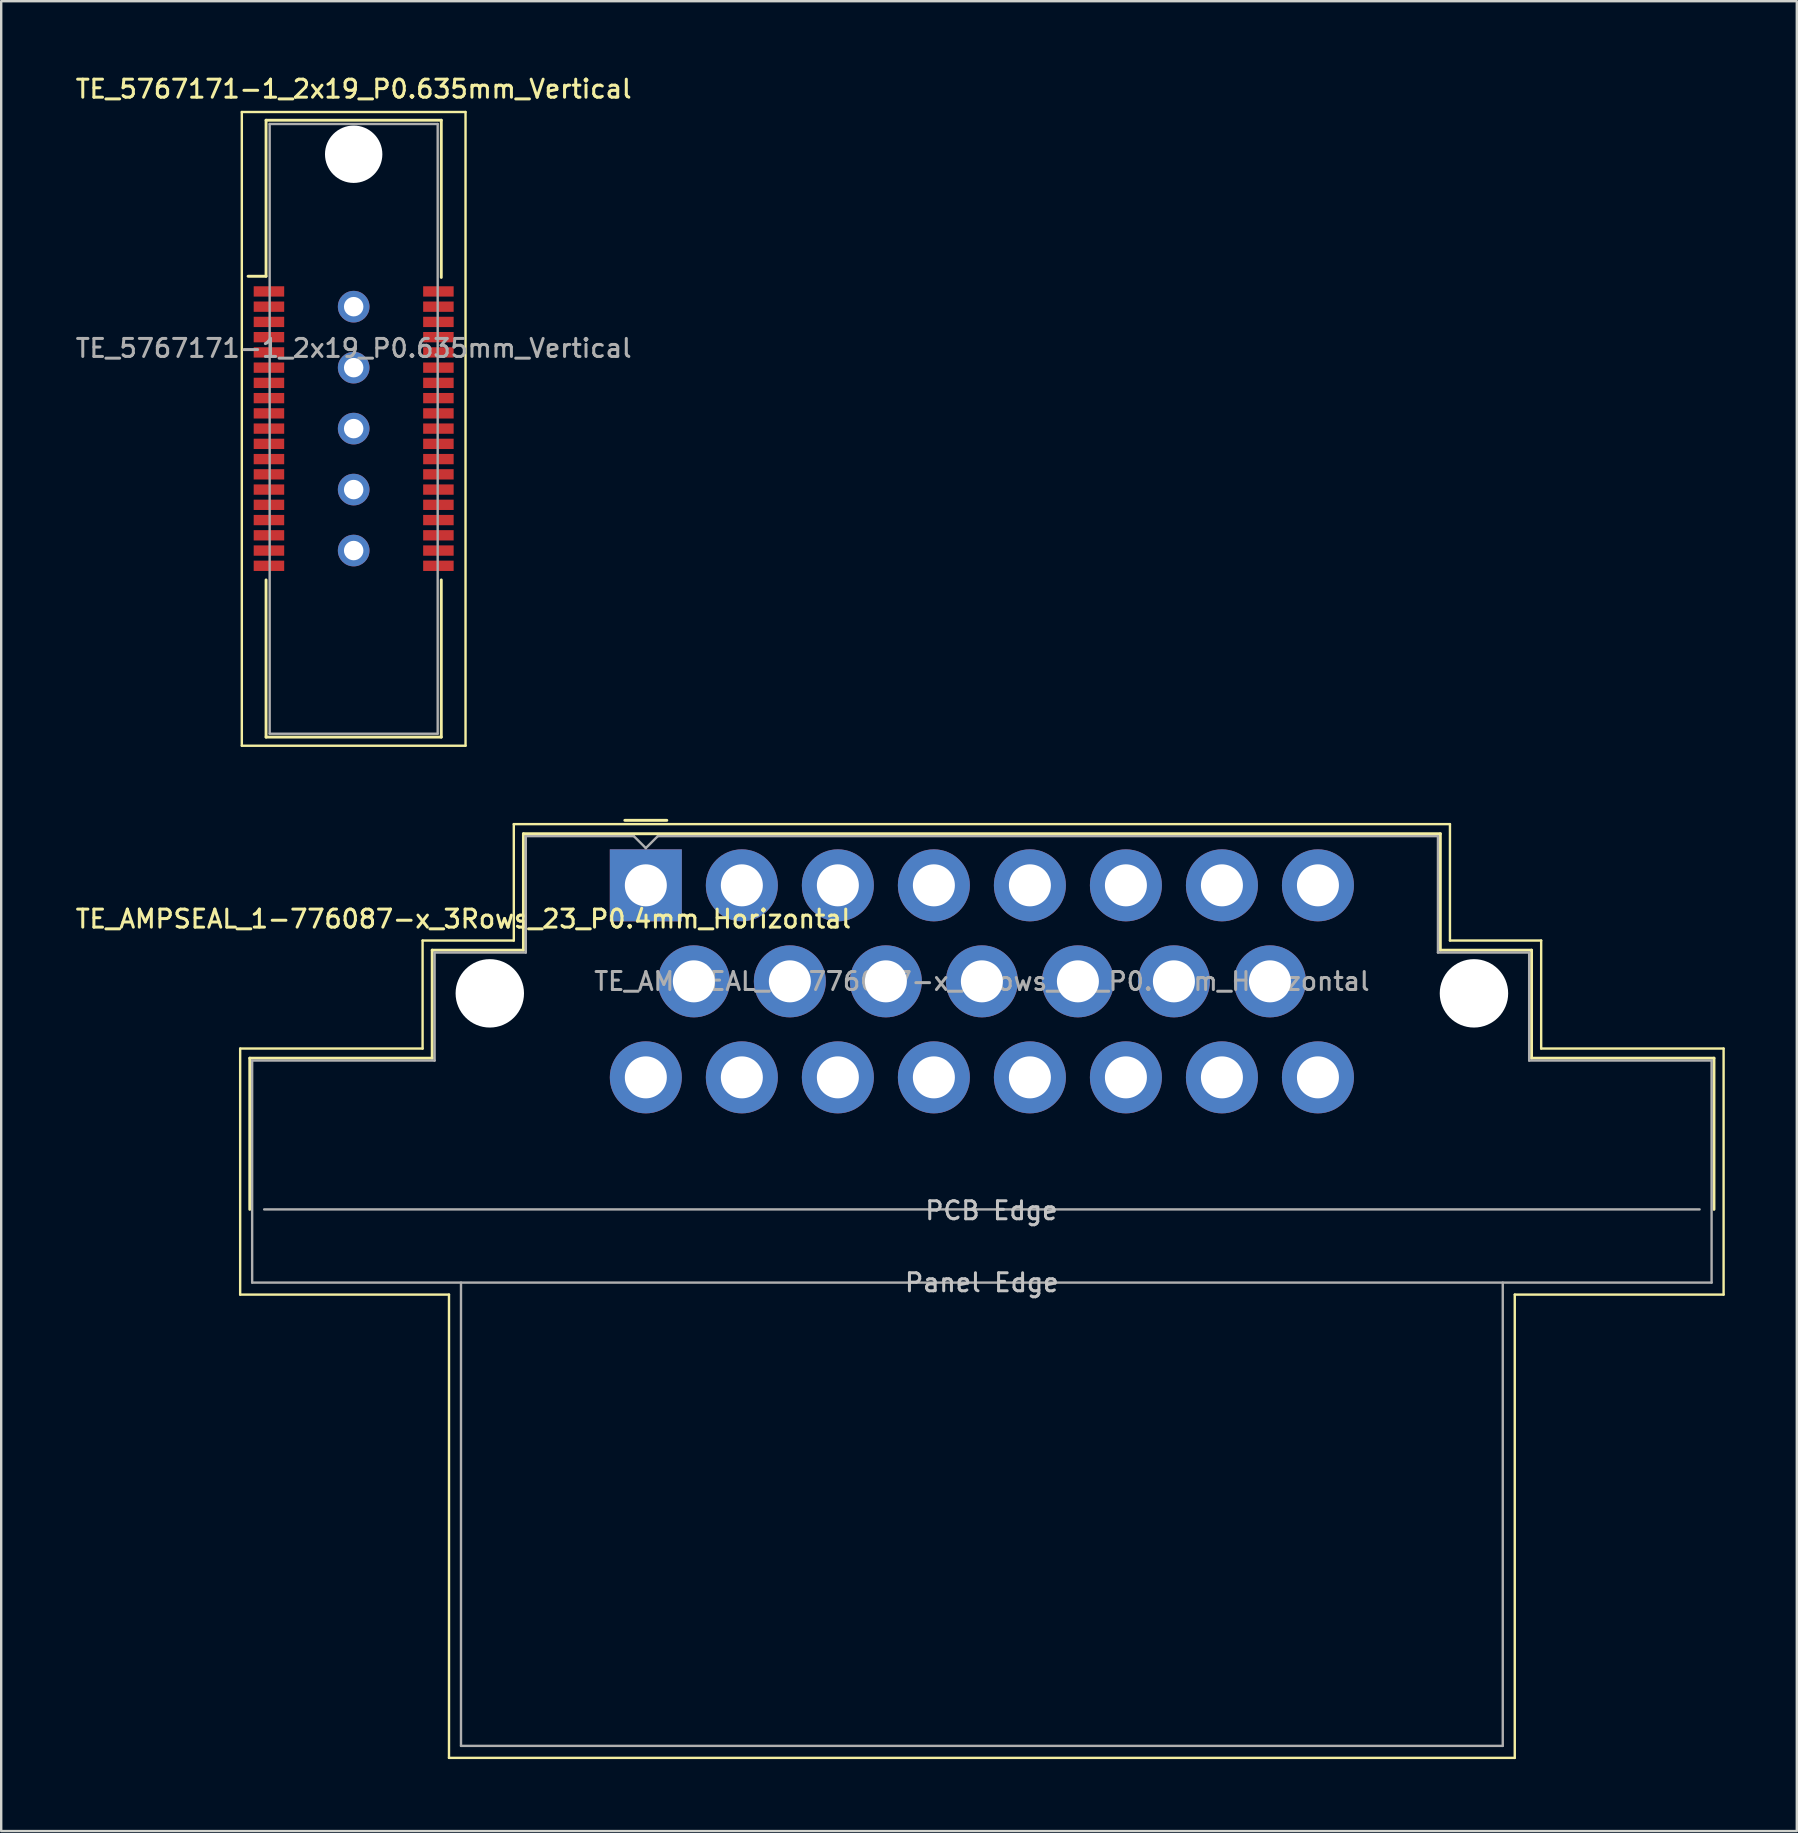
<source format=kicad_pcb>
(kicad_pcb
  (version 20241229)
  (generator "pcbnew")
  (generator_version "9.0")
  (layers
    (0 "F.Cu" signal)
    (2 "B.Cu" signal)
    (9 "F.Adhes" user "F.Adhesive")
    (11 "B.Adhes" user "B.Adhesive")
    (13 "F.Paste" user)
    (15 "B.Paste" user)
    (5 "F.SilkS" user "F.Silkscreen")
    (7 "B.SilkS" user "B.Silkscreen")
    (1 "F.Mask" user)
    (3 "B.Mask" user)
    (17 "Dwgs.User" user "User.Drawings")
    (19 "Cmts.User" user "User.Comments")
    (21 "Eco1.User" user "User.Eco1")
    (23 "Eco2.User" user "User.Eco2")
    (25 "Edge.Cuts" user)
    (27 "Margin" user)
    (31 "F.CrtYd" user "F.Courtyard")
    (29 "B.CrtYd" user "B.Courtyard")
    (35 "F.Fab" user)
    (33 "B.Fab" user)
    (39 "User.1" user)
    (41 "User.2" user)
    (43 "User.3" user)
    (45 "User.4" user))
  (footprint "TE_AMPSEAL_1-776087-x_3Rows_23_P0.4mm_Horizontal"
    (layer "F.Cu")
    (at 23.855 33.833)
    (property "Reference" "TE_AMPSEAL_1-776087-x_3Rows_23_P0.4mm_Horizontal" (at -7.6 1.4 0) (layer "F.SilkS") (effects (font (size 0.75 0.75) (thickness 0.125))))
    (attr through_hole)
    (fp_line (start -16.9 6.8) (end -9.3 6.8) (stroke (width 0.1) (type solid)) (layer "F.SilkS"))
    (fp_line (start -16.9 17.05) (end -16.9 6.8) (stroke (width 0.1) (type solid)) (layer "F.SilkS"))
    (fp_line (start -16.9 17.05) (end -8.2 17.05) (stroke (width 0.1) (type solid)) (layer "F.SilkS"))
    (fp_line (start -16.5 7.2) (end -8.9 7.2) (stroke (width 0.12) (type solid)) (layer "F.SilkS"))
    (fp_line (start -16.5 13.5) (end -16.5 7.2) (stroke (width 0.12) (type solid)) (layer "F.SilkS"))
    (fp_line (start -9.3 2.3) (end -5.5 2.3) (stroke (width 0.1) (type solid)) (layer "F.SilkS"))
    (fp_line (start -9.3 6.8) (end -9.3 2.3) (stroke (width 0.1) (type solid)) (layer "F.SilkS"))
    (fp_line (start -8.9 2.7) (end -5.1 2.7) (stroke (width 0.12) (type solid)) (layer "F.SilkS"))
    (fp_line (start -8.9 7.2) (end -8.9 2.7) (stroke (width 0.12) (type solid)) (layer "F.SilkS"))
    (fp_line (start -8.2 17.05) (end -8.2 36.35) (stroke (width 0.1) (type solid)) (layer "F.SilkS"))
    (fp_line (start -8.2 36.35) (end 36.2 36.35) (stroke (width 0.1) (type solid)) (layer "F.SilkS"))
    (fp_line (start -5.5 -2.55) (end 33.5 -2.55) (stroke (width 0.1) (type solid)) (layer "F.SilkS"))
    (fp_line (start -5.5 2.3) (end -5.5 -2.55) (stroke (width 0.1) (type solid)) (layer "F.SilkS"))
    (fp_line (start -5.1 -2.15) (end 33.1 -2.15) (stroke (width 0.12) (type solid)) (layer "F.SilkS"))
    (fp_line (start -5.1 2.7) (end -5.1 -2.15) (stroke (width 0.12) (type solid)) (layer "F.SilkS"))
    (fp_line (start -0.875 -2.708) (end 0.875 -2.708) (stroke (width 0.12) (type solid)) (layer "F.SilkS"))
    (fp_line (start 33.1 -2.15) (end 33.1 2.7) (stroke (width 0.12) (type solid)) (layer "F.SilkS"))
    (fp_line (start 33.1 2.7) (end 36.9 2.7) (stroke (width 0.12) (type solid)) (layer "F.SilkS"))
    (fp_line (start 33.5 -2.55) (end 33.5 2.3) (stroke (width 0.1) (type solid)) (layer "F.SilkS"))
    (fp_line (start 33.5 2.3) (end 37.3 2.3) (stroke (width 0.1) (type solid)) (layer "F.SilkS"))
    (fp_line (start 36.2 17.05) (end 44.9 17.05) (stroke (width 0.1) (type solid)) (layer "F.SilkS"))
    (fp_line (start 36.2 36.35) (end 36.2 17.05) (stroke (width 0.1) (type solid)) (layer "F.SilkS"))
    (fp_line (start 36.9 2.7) (end 36.9 7.2) (stroke (width 0.12) (type solid)) (layer "F.SilkS"))
    (fp_line (start 36.9 7.2) (end 44.5 7.2) (stroke (width 0.12) (type solid)) (layer "F.SilkS"))
    (fp_line (start 37.3 2.3) (end 37.3 6.8) (stroke (width 0.1) (type solid)) (layer "F.SilkS"))
    (fp_line (start 37.3 6.8) (end 44.9 6.8) (stroke (width 0.1) (type solid)) (layer "F.SilkS"))
    (fp_line (start 44.5 7.2) (end 44.5 13.5) (stroke (width 0.12) (type solid)) (layer "F.SilkS"))
    (fp_line (start 44.9 6.8) (end 44.9 17.05) (stroke (width 0.1) (type solid)) (layer "F.SilkS"))
    (fp_line (start -16.4 16.55) (end -16.4 7.3) (stroke (width 0.1) (type solid)) (layer "F.Fab"))
    (fp_line (start -16.4 16.55) (end 44.4 16.55) (stroke (width 0.1) (type solid)) (layer "F.Fab"))
    (fp_line (start -15.9 13.5) (end 43.9 13.5) (stroke (width 0.1) (type solid)) (layer "F.Fab"))
    (fp_line (start -8.8 2.8) (end -8.8 7.3) (stroke (width 0.1) (type solid)) (layer "F.Fab"))
    (fp_line (start -8.8 2.8) (end -5 2.8) (stroke (width 0.1) (type solid)) (layer "F.Fab"))
    (fp_line (start -8.8 7.3) (end -16.4 7.3) (stroke (width 0.1) (type solid)) (layer "F.Fab"))
    (fp_line (start -7.7 16.55) (end -7.7 35.85) (stroke (width 0.1) (type solid)) (layer "F.Fab"))
    (fp_line (start -7.7 35.85) (end 35.7 35.85) (stroke (width 0.1) (type solid)) (layer "F.Fab"))
    (fp_line (start -5 -2.05) (end -5 2.8) (stroke (width 0.1) (type solid)) (layer "F.Fab"))
    (fp_line (start -0.5 -2.05) (end -5 -2.05) (stroke (width 0.1) (type solid)) (layer "F.Fab"))
    (fp_line (start 0 -1.55) (end -0.5 -2.05) (stroke (width 0.1) (type solid)) (layer "F.Fab"))
    (fp_line (start 0 -1.55) (end 0.5 -2.05) (stroke (width 0.1) (type solid)) (layer "F.Fab"))
    (fp_line (start 0.5 -2.05) (end 33 -2.05) (stroke (width 0.1) (type solid)) (layer "F.Fab"))
    (fp_line (start 33 -2.05) (end 33 2.8) (stroke (width 0.1) (type solid)) (layer "F.Fab"))
    (fp_line (start 33 2.8) (end 36.8 2.8) (stroke (width 0.1) (type solid)) (layer "F.Fab"))
    (fp_line (start 35.7 35.85) (end 35.7 16.55) (stroke (width 0.1) (type solid)) (layer "F.Fab"))
    (fp_line (start 36.8 2.8) (end 36.8 7.3) (stroke (width 0.1) (type solid)) (layer "F.Fab"))
    (fp_line (start 36.8 7.3) (end 44.4 7.3) (stroke (width 0.1) (type solid)) (layer "F.Fab"))
    (fp_line (start 44.4 7.3) (end 44.4 16.55) (stroke (width 0.1) (type solid)) (layer "F.Fab"))
    (fp_text user "Panel Edge" (at 14 16.55 0) (layer "Dwgs.User") (effects (font (size 0.75 0.75) (thickness 0.125))))
    (fp_text user "PCB Edge" (at 14.4 13.55 0) (layer "Dwgs.User") (effects (font (size 0.75 0.75) (thickness 0.125))))
    (fp_text user "${REFERENCE}" (at 14 4 0) (layer "F.Fab") (effects (font (size 0.75 0.75) (thickness 0.125))))
    (pad "" np_thru_hole circle (at -6.5 4.5) (size 2.85 2.85) (drill 2.85) (layers "*.Cu"))
    (pad "" np_thru_hole circle (at 34.5 4.5) (size 2.85 2.85) (drill 2.85) (layers "*.Cu"))
    (pad "1" thru_hole rect (at 0 0) (size 3 3) (drill 1.75) (layers "*.Cu" "*.Mask"))
    (pad "2" thru_hole circle (at 4 0) (size 3 3) (drill 1.75) (layers "*.Cu" "*.Mask"))
    (pad "3" thru_hole circle (at 8 0) (size 3 3) (drill 1.75) (layers "*.Cu" "*.Mask"))
    (pad "4" thru_hole circle (at 12 0) (size 3 3) (drill 1.75) (layers "*.Cu" "*.Mask"))
    (pad "5" thru_hole circle (at 16 0) (size 3 3) (drill 1.75) (layers "*.Cu" "*.Mask"))
    (pad "6" thru_hole circle (at 20 0) (size 3 3) (drill 1.75) (layers "*.Cu" "*.Mask"))
    (pad "7" thru_hole circle (at 24 0) (size 3 3) (drill 1.75) (layers "*.Cu" "*.Mask"))
    (pad "8" thru_hole circle (at 28 0) (size 3 3) (drill 1.75) (layers "*.Cu" "*.Mask"))
    (pad "9" thru_hole circle (at 2 4) (size 3 3) (drill 1.75) (layers "*.Cu" "*.Mask"))
    (pad "10" thru_hole circle (at 6 4) (size 3 3) (drill 1.75) (layers "*.Cu" "*.Mask"))
    (pad "11" thru_hole circle (at 10 4) (size 3 3) (drill 1.75) (layers "*.Cu" "*.Mask"))
    (pad "12" thru_hole circle (at 14 4) (size 3 3) (drill 1.75) (layers "*.Cu" "*.Mask"))
    (pad "13" thru_hole circle (at 18 4) (size 3 3) (drill 1.75) (layers "*.Cu" "*.Mask"))
    (pad "14" thru_hole circle (at 22 4) (size 3 3) (drill 1.75) (layers "*.Cu" "*.Mask"))
    (pad "15" thru_hole circle (at 26 4) (size 3 3) (drill 1.75) (layers "*.Cu" "*.Mask"))
    (pad "16" thru_hole circle (at 0 8) (size 3 3) (drill 1.75) (layers "*.Cu" "*.Mask"))
    (pad "17" thru_hole circle (at 4 8) (size 3 3) (drill 1.75) (layers "*.Cu" "*.Mask"))
    (pad "18" thru_hole circle (at 8 8) (size 3 3) (drill 1.75) (layers "*.Cu" "*.Mask"))
    (pad "19" thru_hole circle (at 12 8) (size 3 3) (drill 1.75) (layers "*.Cu" "*.Mask"))
    (pad "20" thru_hole circle (at 16 8) (size 3 3) (drill 1.75) (layers "*.Cu" "*.Mask"))
    (pad "21" thru_hole circle (at 20 8) (size 3 3) (drill 1.75) (layers "*.Cu" "*.Mask"))
    (pad "22" thru_hole circle (at 24 8) (size 3 3) (drill 1.75) (layers "*.Cu" "*.Mask"))
    (pad "23" thru_hole circle (at 28 8) (size 3 3) (drill 1.75) (layers "*.Cu" "*.Mask")))
  (footprint "TE_5767171-1_2x19_P0.635mm_Vertical"
    (layer "F.Cu")
    (at 11.684 14.816)
    (property "Reference" "TE_5767171-1_2x19_P0.635mm_Vertical" (at 0 -14.158 0) (layer "F.SilkS") (effects (font (size 0.75 0.75) (thickness 0.125))))
    (attr smd)
    (fp_line (start -4.66 -13.2) (end 4.66 -13.2) (stroke (width 0.1) (type solid)) (layer "F.SilkS"))
    (fp_line (start -4.66 13.2) (end -4.66 -13.2) (stroke (width 0.1) (type solid)) (layer "F.SilkS"))
    (fp_line (start -3.65 -12.857) (end 3.65 -12.857) (stroke (width 0.12) (type solid)) (layer "F.SilkS"))
    (fp_line (start -3.65 -6.357) (end -4.4 -6.357) (stroke (width 0.12) (type solid)) (layer "F.SilkS"))
    (fp_line (start -3.65 -6.357) (end -3.65 -12.857) (stroke (width 0.12) (type solid)) (layer "F.SilkS"))
    (fp_line (start -3.65 12.842) (end -3.65 6.293) (stroke (width 0.12) (type solid)) (layer "F.SilkS"))
    (fp_line (start 3.65 -12.857) (end 3.65 -6.308) (stroke (width 0.12) (type solid)) (layer "F.SilkS"))
    (fp_line (start 3.65 6.293) (end 3.65 12.842) (stroke (width 0.12) (type solid)) (layer "F.SilkS"))
    (fp_line (start 3.65 12.842) (end -3.65 12.842) (stroke (width 0.12) (type solid)) (layer "F.SilkS"))
    (fp_line (start 4.66 -13.2) (end 4.66 13.2) (stroke (width 0.1) (type solid)) (layer "F.SilkS"))
    (fp_line (start 4.66 13.2) (end -4.66 13.2) (stroke (width 0.1) (type solid)) (layer "F.SilkS"))
    (fp_line (start -3.5 -12.7) (end 3.5 -12.7) (stroke (width 0.1) (type solid)) (layer "F.Fab"))
    (fp_line (start -3.5 12.7) (end -3.5 -12.7) (stroke (width 0.1) (type solid)) (layer "F.Fab"))
    (fp_line (start -3.5 12.7) (end 3.5 12.7) (stroke (width 0.1) (type solid)) (layer "F.Fab"))
    (fp_line (start 3.5 -12.7) (end 3.5 12.7) (stroke (width 0.1) (type solid)) (layer "F.Fab"))
    (fp_text user "${REFERENCE}" (at 0 -3.357 0) (layer "F.Fab") (effects (font (size 0.75 0.75) (thickness 0.125))))
    (pad "" np_thru_hole circle (at 0 -11.44 90) (size 2.39 2.39) (drill 2.39) (layers "*.Cu" "*.Mask"))
    (pad "1" smd rect (at -3.53 -5.725 180) (size 1.27 0.43) (layers "F.Cu" "F.Mask" "F.Paste"))
    (pad "2" smd rect (at 3.53 -5.725 180) (size 1.27 0.43) (layers "F.Cu" "F.Mask" "F.Paste"))
    (pad "3" smd rect (at -3.53 -5.09 180) (size 1.27 0.43) (layers "F.Cu" "F.Mask" "F.Paste"))
    (pad "4" smd rect (at 3.53 -5.09 180) (size 1.27 0.43) (layers "F.Cu" "F.Mask" "F.Paste"))
    (pad "5" smd rect (at -3.53 -4.455 180) (size 1.27 0.43) (layers "F.Cu" "F.Mask" "F.Paste"))
    (pad "6" smd rect (at 3.53 -4.455 180) (size 1.27 0.43) (layers "F.Cu" "F.Mask" "F.Paste"))
    (pad "7" smd rect (at -3.53 -3.82 180) (size 1.27 0.43) (layers "F.Cu" "F.Mask" "F.Paste"))
    (pad "8" smd rect (at 3.53 -3.82 180) (size 1.27 0.43) (layers "F.Cu" "F.Mask" "F.Paste"))
    (pad "9" smd rect (at -3.53 -3.185 180) (size 1.27 0.43) (layers "F.Cu" "F.Mask" "F.Paste"))
    (pad "10" smd rect (at 3.53 -3.185 180) (size 1.27 0.43) (layers "F.Cu" "F.Mask" "F.Paste"))
    (pad "11" smd rect (at -3.53 -2.55 180) (size 1.27 0.43) (layers "F.Cu" "F.Mask" "F.Paste"))
    (pad "12" smd rect (at 3.53 -2.55 180) (size 1.27 0.43) (layers "F.Cu" "F.Mask" "F.Paste"))
    (pad "13" smd rect (at -3.53 -1.915 180) (size 1.27 0.43) (layers "F.Cu" "F.Mask" "F.Paste"))
    (pad "14" smd rect (at 3.53 -1.915 180) (size 1.27 0.43) (layers "F.Cu" "F.Mask" "F.Paste"))
    (pad "15" smd rect (at -3.53 -1.28 180) (size 1.27 0.43) (layers "F.Cu" "F.Mask" "F.Paste"))
    (pad "16" smd rect (at 3.53 -1.28 180) (size 1.27 0.43) (layers "F.Cu" "F.Mask" "F.Paste"))
    (pad "17" smd rect (at -3.53 -0.645 180) (size 1.27 0.43) (layers "F.Cu" "F.Mask" "F.Paste"))
    (pad "18" smd rect (at 3.53 -0.645 180) (size 1.27 0.43) (layers "F.Cu" "F.Mask" "F.Paste"))
    (pad "19" smd rect (at -3.53 -0.01 180) (size 1.27 0.43) (layers "F.Cu" "F.Mask" "F.Paste"))
    (pad "20" smd rect (at 3.53 -0.01 180) (size 1.27 0.43) (layers "F.Cu" "F.Mask" "F.Paste"))
    (pad "21" smd rect (at -3.53 0.625 180) (size 1.27 0.43) (layers "F.Cu" "F.Mask" "F.Paste"))
    (pad "22" smd rect (at 3.53 0.625 180) (size 1.27 0.43) (layers "F.Cu" "F.Mask" "F.Paste"))
    (pad "23" smd rect (at -3.53 1.26 180) (size 1.27 0.43) (layers "F.Cu" "F.Mask" "F.Paste"))
    (pad "24" smd rect (at 3.53 1.26 180) (size 1.27 0.43) (layers "F.Cu" "F.Mask" "F.Paste"))
    (pad "25" smd rect (at -3.53 1.895 180) (size 1.27 0.43) (layers "F.Cu" "F.Mask" "F.Paste"))
    (pad "26" smd rect (at 3.53 1.895 180) (size 1.27 0.43) (layers "F.Cu" "F.Mask" "F.Paste"))
    (pad "27" smd rect (at -3.53 2.53 180) (size 1.27 0.43) (layers "F.Cu" "F.Mask" "F.Paste"))
    (pad "28" smd rect (at 3.53 2.53 180) (size 1.27 0.43) (layers "F.Cu" "F.Mask" "F.Paste"))
    (pad "29" smd rect (at -3.53 3.165 180) (size 1.27 0.43) (layers "F.Cu" "F.Mask" "F.Paste"))
    (pad "30" smd rect (at 3.53 3.165 180) (size 1.27 0.43) (layers "F.Cu" "F.Mask" "F.Paste"))
    (pad "31" smd rect (at -3.53 3.8 180) (size 1.27 0.43) (layers "F.Cu" "F.Mask" "F.Paste"))
    (pad "32" smd rect (at 3.53 3.8 180) (size 1.27 0.43) (layers "F.Cu" "F.Mask" "F.Paste"))
    (pad "33" smd rect (at -3.53 4.435 180) (size 1.27 0.43) (layers "F.Cu" "F.Mask" "F.Paste"))
    (pad "34" smd rect (at 3.53 4.435 180) (size 1.27 0.43) (layers "F.Cu" "F.Mask" "F.Paste"))
    (pad "35" smd rect (at -3.53 5.07 180) (size 1.27 0.43) (layers "F.Cu" "F.Mask" "F.Paste"))
    (pad "36" smd rect (at 3.53 5.07 180) (size 1.27 0.43) (layers "F.Cu" "F.Mask" "F.Paste"))
    (pad "37" smd rect (at -3.53 5.705 180) (size 1.27 0.43) (layers "F.Cu" "F.Mask" "F.Paste"))
    (pad "38" smd rect (at 3.53 5.705 180) (size 1.27 0.43) (layers "F.Cu" "F.Mask" "F.Paste"))
    (pad "SH" thru_hole circle (at 0 -5.09 90) (size 1.318 1.318) (drill 0.81) (layers "*.Cu" "*.Mask"))
    (pad "SH" thru_hole circle (at 0 -2.55 90) (size 1.318 1.318) (drill 0.81) (layers "*.Cu" "*.Mask"))
    (pad "SH" thru_hole circle (at 0 -0.01 90) (size 1.318 1.318) (drill 0.81) (layers "*.Cu" "*.Mask"))
    (pad "SH" thru_hole circle (at 0 2.53 90) (size 1.318 1.318) (drill 0.81) (layers "*.Cu" "*.Mask"))
    (pad "SH" thru_hole circle (at 0 5.07 90) (size 1.318 1.318) (drill 0.81) (layers "*.Cu" "*.Mask")))
  (gr_rect
    (start -3 -3)
    (end 71.805 73.233)
    (stroke (width 0.1) (type default))
    (fill no)
    (layer "Edge.Cuts")))
</source>
